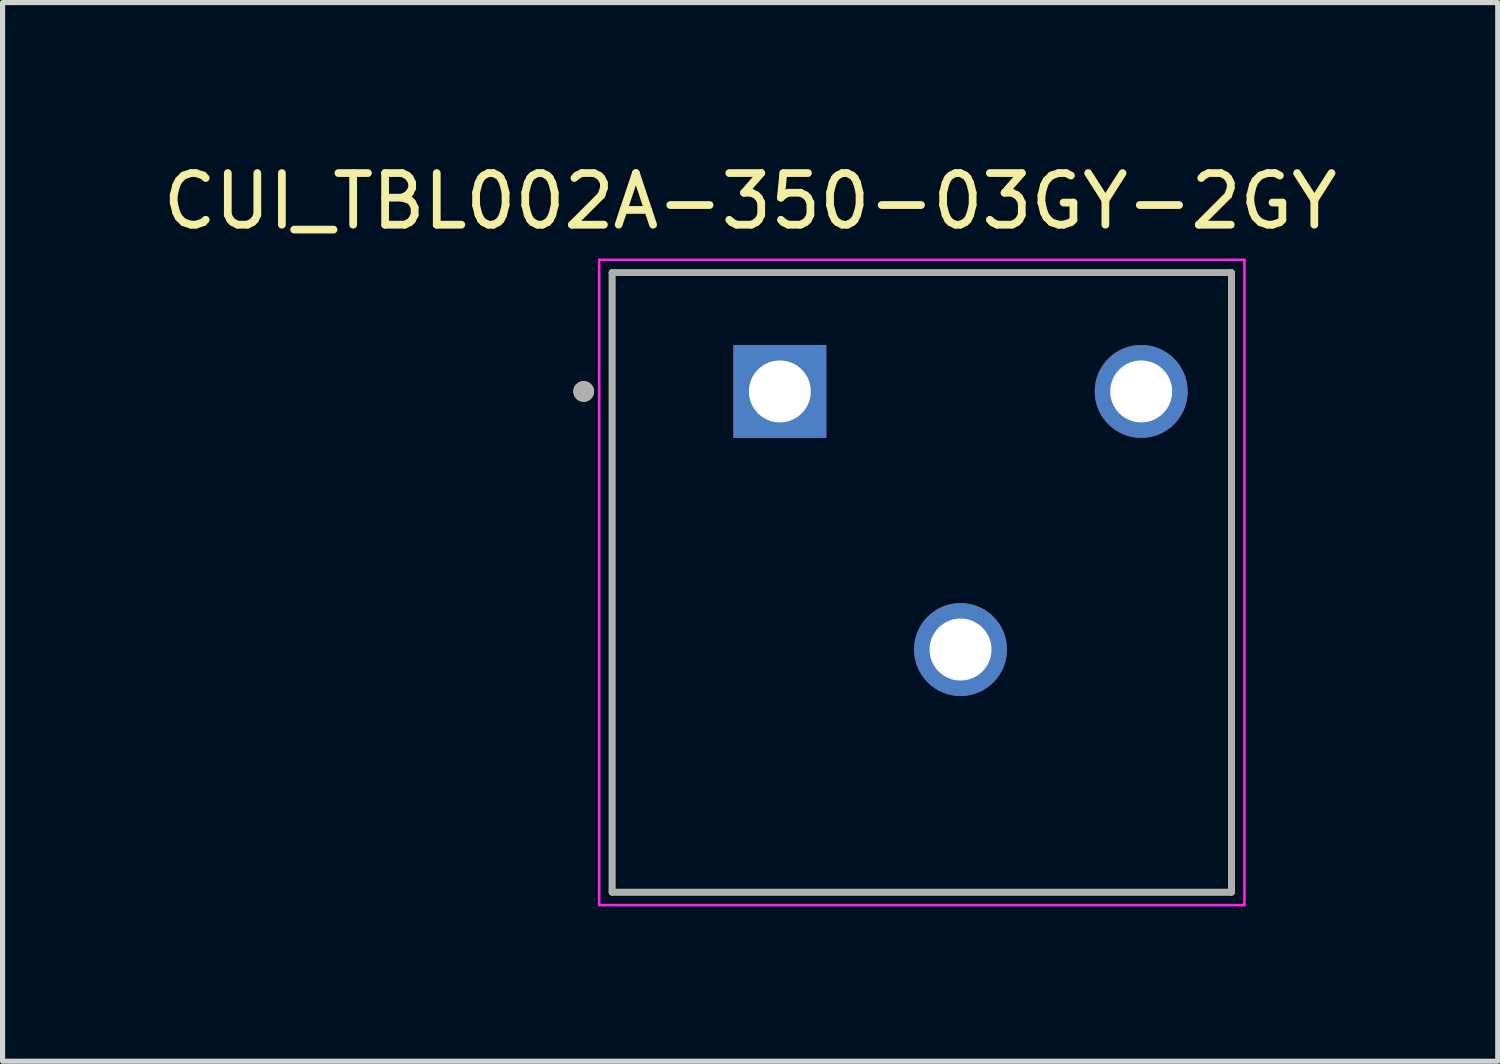
<source format=kicad_pcb>
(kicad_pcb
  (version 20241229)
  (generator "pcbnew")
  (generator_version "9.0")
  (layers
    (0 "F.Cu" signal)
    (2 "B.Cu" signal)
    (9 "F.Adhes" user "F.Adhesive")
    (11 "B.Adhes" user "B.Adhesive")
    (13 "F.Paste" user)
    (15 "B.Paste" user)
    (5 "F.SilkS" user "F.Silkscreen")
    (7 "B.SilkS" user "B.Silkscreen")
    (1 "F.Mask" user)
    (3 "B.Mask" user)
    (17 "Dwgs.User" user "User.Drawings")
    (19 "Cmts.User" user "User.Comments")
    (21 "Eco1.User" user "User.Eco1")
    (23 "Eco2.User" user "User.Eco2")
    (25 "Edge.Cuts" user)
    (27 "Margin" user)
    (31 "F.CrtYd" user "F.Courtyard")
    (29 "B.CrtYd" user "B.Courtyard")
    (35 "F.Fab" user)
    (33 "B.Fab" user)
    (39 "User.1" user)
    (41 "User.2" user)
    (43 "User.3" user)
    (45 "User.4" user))
  (footprint "CUI_TBL002A-350-03GY-2GY"
    (layer "F.Cu")
    (at 12.057 4.533)
    (property "Reference" "CUI_TBL002A-350-03GY-2GY" (at -0.575 -3.685 0) (layer "F.SilkS") (effects (font (size 1 1) (thickness 0.15))))
    (attr through_hole)
    (fp_line (start -3.25 -2.3) (end 8.75 -2.3) (stroke (width 0.127) (type solid)) (layer "F.SilkS"))
    (fp_line (start -3.25 9.7) (end -3.25 -2.3) (stroke (width 0.127) (type solid)) (layer "F.SilkS"))
    (fp_line (start 8.75 -2.3) (end 8.75 9.7) (stroke (width 0.127) (type solid)) (layer "F.SilkS"))
    (fp_line (start 8.75 9.7) (end -3.25 9.7) (stroke (width 0.127) (type solid)) (layer "F.SilkS"))
    (fp_circle (center -3.8 0) (end -3.7 0) (stroke (width 0.2) (type solid)) (fill no) (layer "F.SilkS"))
    (fp_line (start -3.5 -2.55) (end 9 -2.55) (stroke (width 0.05) (type solid)) (layer "F.CrtYd"))
    (fp_line (start -3.5 9.95) (end -3.5 -2.55) (stroke (width 0.05) (type solid)) (layer "F.CrtYd"))
    (fp_line (start 9 -2.55) (end 9 9.95) (stroke (width 0.05) (type solid)) (layer "F.CrtYd"))
    (fp_line (start 9 9.95) (end -3.5 9.95) (stroke (width 0.05) (type solid)) (layer "F.CrtYd"))
    (fp_line (start -3.25 -2.3) (end 8.75 -2.3) (stroke (width 0.127) (type solid)) (layer "F.Fab"))
    (fp_line (start -3.25 9.7) (end -3.25 -2.3) (stroke (width 0.127) (type solid)) (layer "F.Fab"))
    (fp_line (start 8.75 -2.3) (end 8.75 9.7) (stroke (width 0.127) (type solid)) (layer "F.Fab"))
    (fp_line (start 8.75 9.7) (end -3.25 9.7) (stroke (width 0.127) (type solid)) (layer "F.Fab"))
    (fp_circle (center -3.8 0) (end -3.7 0) (stroke (width 0.2) (type solid)) (fill no) (layer "F.Fab"))
    (pad "1" thru_hole rect (at 0 0) (size 1.8 1.8) (drill 1.2) (layers "*.Cu" "*.Mask"))
    (pad "2" thru_hole circle (at 3.5 5) (size 1.8 1.8) (drill 1.2) (layers "*.Cu" "*.Mask"))
    (pad "3" thru_hole circle (at 7 0) (size 1.8 1.8) (drill 1.2) (layers "*.Cu" "*.Mask")))
  (gr_rect
    (start -3 -3)
    (end 25.964 17.508)
    (stroke (width 0.1) (type default))
    (fill no)
    (layer "Edge.Cuts")))
</source>
